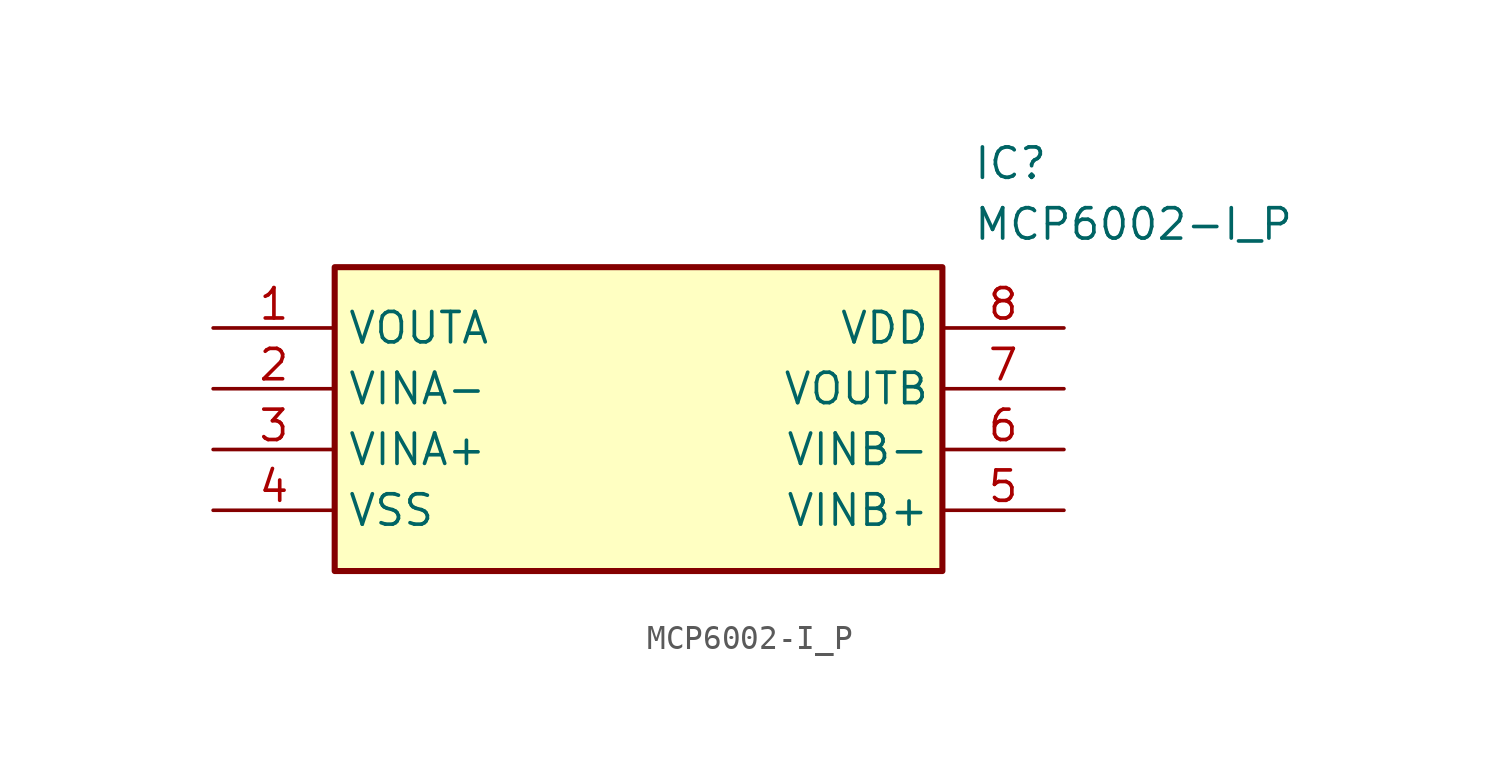
<source format=kicad_sym>
(kicad_symbol_lib
  (version 20211014)
  (generator SamacSys_ECAD_Model)
  (symbol "MCP6002-I_P"
    (property "Reference" "IC"
      (at 31.75 7.62 0)
      (effects (font (size 1.27 1.27)) (justify left top)))
    (property "Value" "MCP6002-I_P"
      (at 31.75 5.08 0)
      (effects (font (size 1.27 1.27)) (justify left top)))
    (rectangle
      (start 5.08 2.54)
      (end 30.48 -10.16)
      (stroke (width 0.254) (type default))
      (fill (type background)))
    (pin passive line
      (at 0 0 0)
      (length 5.08)
      (name "VOUTA" (effects (font (size 1.27 1.27))))
      (number "1" (effects (font (size 1.27 1.27)))))
    (pin passive line
      (at 0 -2.54 0)
      (length 5.08)
      (name "VINA-" (effects (font (size 1.27 1.27))))
      (number "2" (effects (font (size 1.27 1.27)))))
    (pin passive line
      (at 0 -5.08 0)
      (length 5.08)
      (name "VINA+" (effects (font (size 1.27 1.27))))
      (number "3" (effects (font (size 1.27 1.27)))))
    (pin passive line
      (at 0 -7.62 0)
      (length 5.08)
      (name "VSS" (effects (font (size 1.27 1.27))))
      (number "4" (effects (font (size 1.27 1.27)))))
    (pin passive line
      (at 35.56 0 180)
      (length 5.08)
      (name "VDD" (effects (font (size 1.27 1.27))))
      (number "8" (effects (font (size 1.27 1.27)))))
    (pin passive line
      (at 35.56 -2.54 180)
      (length 5.08)
      (name "VOUTB" (effects (font (size 1.27 1.27))))
      (number "7" (effects (font (size 1.27 1.27)))))
    (pin passive line
      (at 35.56 -5.08 180)
      (length 5.08)
      (name "VINB-" (effects (font (size 1.27 1.27))))
      (number "6" (effects (font (size 1.27 1.27)))))
    (pin passive line
      (at 35.56 -7.62 180)
      (length 5.08)
      (name "VINB+" (effects (font (size 1.27 1.27))))
      (number "5" (effects (font (size 1.27 1.27)))))))
</source>
